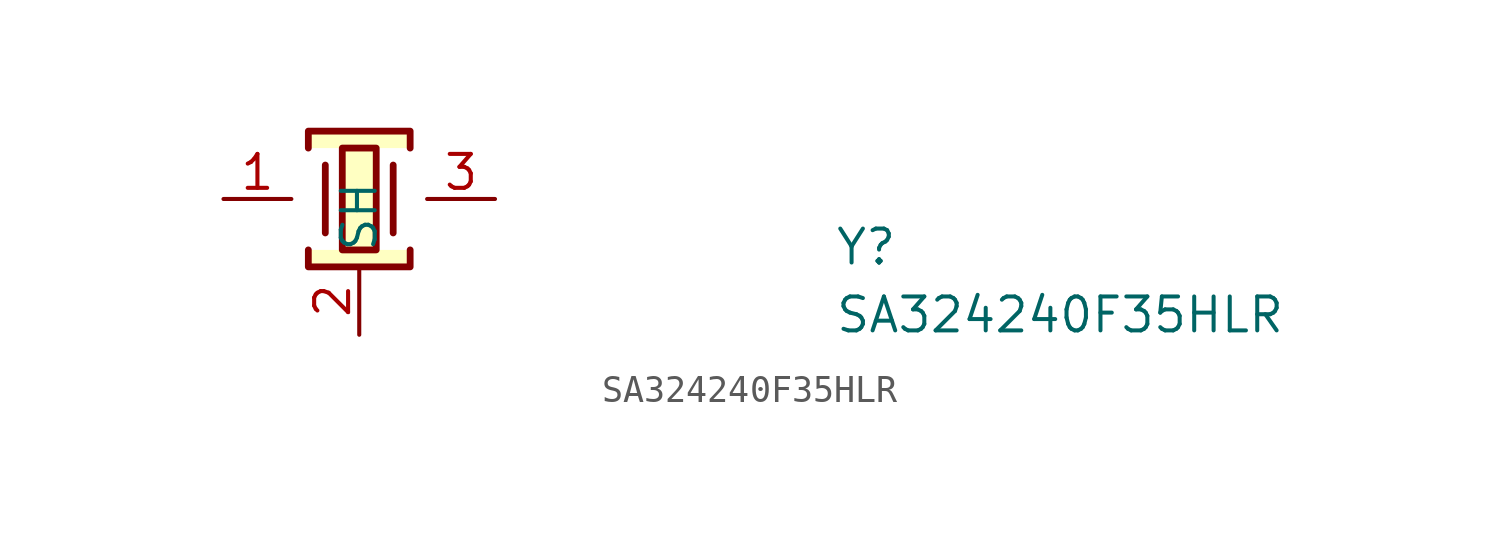
<source format=kicad_sym>
(kicad_symbol_lib
  (version 20211014)
  (generator kicad_symbol_editor)
  (symbol "SA324240F35HLR"
    (property "Reference" "Y"
      (at 22.86 -2.54 0)
      (effects (font (size 1.27 1.27) (thickness 0.15)) (justify left bottom)))
    (property "Value" "SA324240F35HLR"
      (at 22.86 -5.08 0)
      (effects (font (size 1.27 1.27) (thickness 0.15)) (justify left bottom)))
    (symbol "SA324240F35HLR_1_1"
      (polyline (pts (xy 3.81 1.27) (xy 3.81 -1.27)) (stroke (width 0.254) (type default) (color 0 0 0 0)) (fill (type background)))
      (polyline (pts (xy 6.35 1.27) (xy 6.35 -1.27)) (stroke (width 0.254) (type default) (color 0 0 0 0)) (fill (type background)))
      (polyline (pts (xy 3.175 -1.905) (xy 3.175 -2.54) (xy 6.985 -2.54) (xy 6.985 -1.905)) (stroke (width 0.254) (type default) (color 0 0 0 0)) (fill (type background)))
      (polyline (pts (xy 3.175 1.905) (xy 3.175 2.54) (xy 6.985 2.54) (xy 6.985 1.905)) (stroke (width 0.254) (type default) (color 0 0 0 0)) (fill (type background)))
      (rectangle (start 4.445 1.905) (end 5.715 -1.905) (stroke (width 0.254) (type default) (color 0 0 0 0)) (fill (type background)))
      (pin passive line (at 0 0 0) (length 2.54) (name "~" (effects (font (size 1.27 1.27)))) (number "1" (effects (font (size 1.27 1.27)))))
      (pin passive line (at 5.08 -5.08 90) (length 2.54) (name "SH" (effects (font (size 1.27 1.27)))) (number "2" (effects (font (size 1.27 1.27)))))
      (pin passive line (at 10.16 0 180) (length 2.54) (name "~" (effects (font (size 1.27 1.27)))) (number "3" (effects (font (size 1.27 1.27)))))
      (pin passive line (at 5.08 -5.08 90) (length 2.54) hide (name "SH" (effects (font (size 1.27 1.27)))) (number "4" (effects (font (size 1.27 1.27))))))))
</source>
